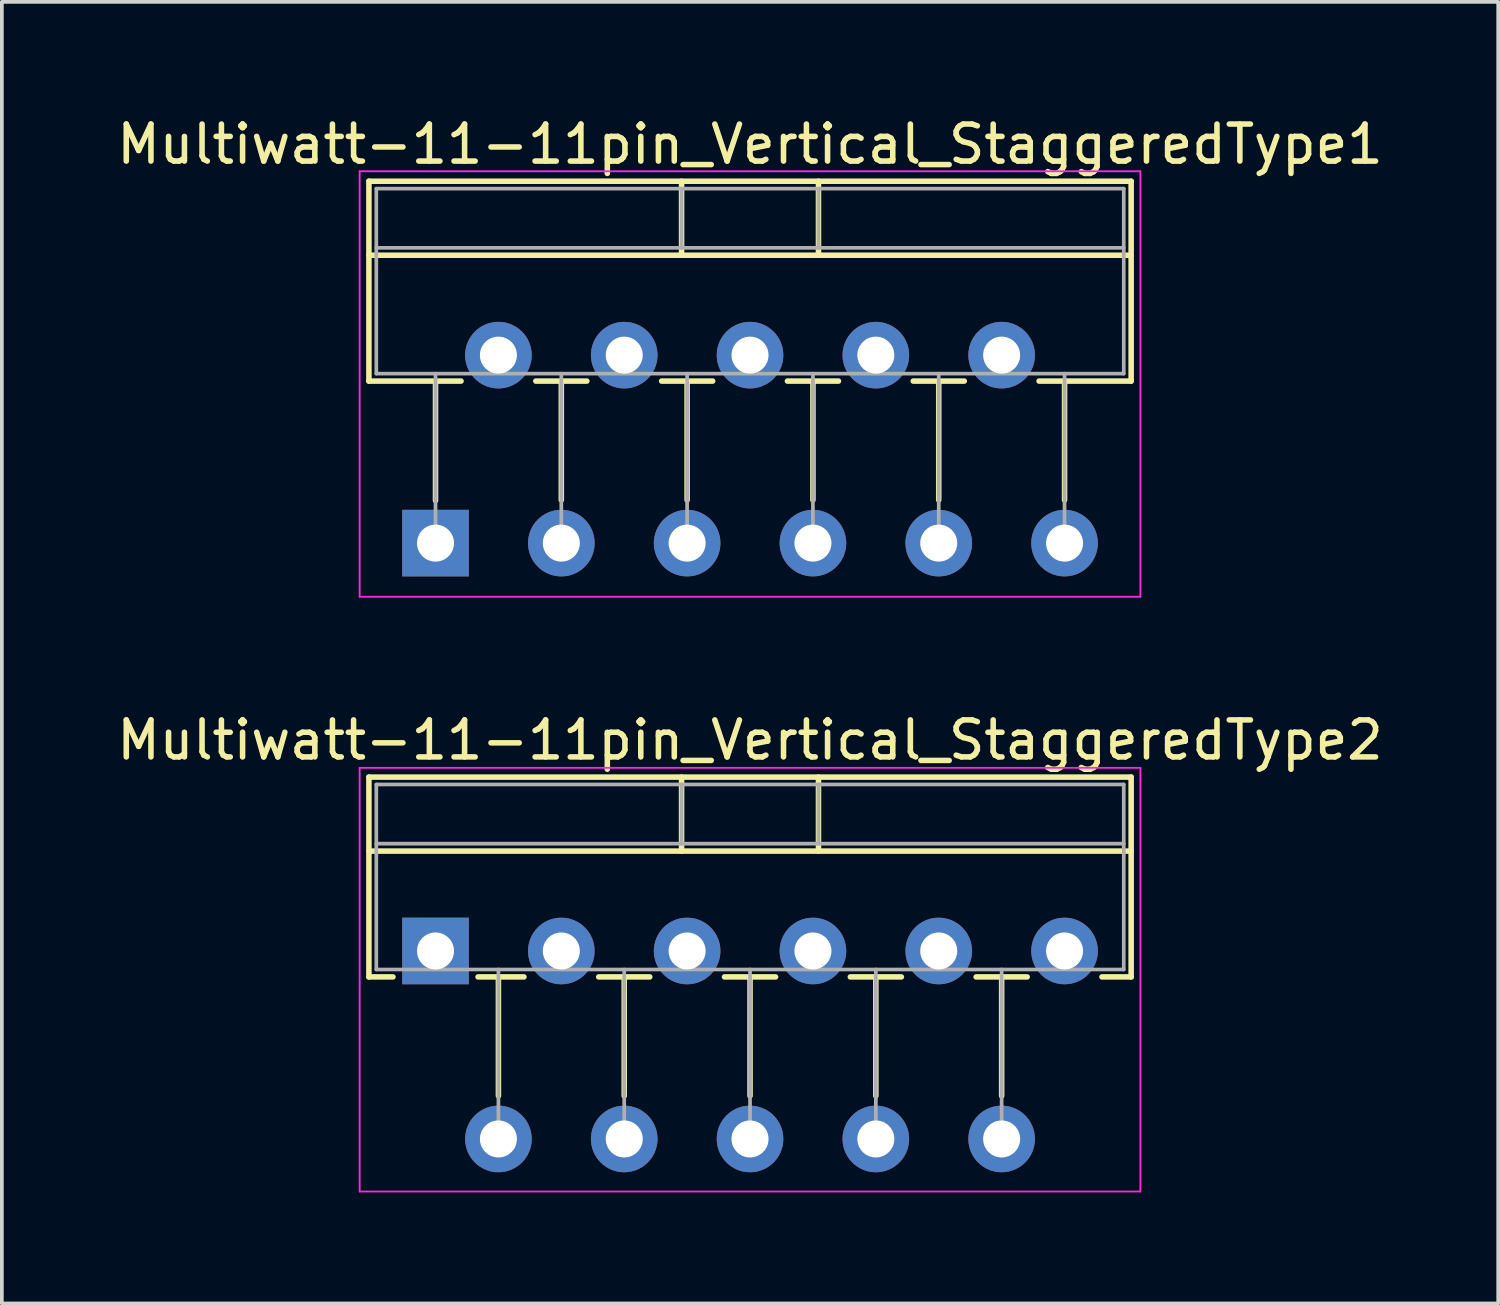
<source format=kicad_pcb>
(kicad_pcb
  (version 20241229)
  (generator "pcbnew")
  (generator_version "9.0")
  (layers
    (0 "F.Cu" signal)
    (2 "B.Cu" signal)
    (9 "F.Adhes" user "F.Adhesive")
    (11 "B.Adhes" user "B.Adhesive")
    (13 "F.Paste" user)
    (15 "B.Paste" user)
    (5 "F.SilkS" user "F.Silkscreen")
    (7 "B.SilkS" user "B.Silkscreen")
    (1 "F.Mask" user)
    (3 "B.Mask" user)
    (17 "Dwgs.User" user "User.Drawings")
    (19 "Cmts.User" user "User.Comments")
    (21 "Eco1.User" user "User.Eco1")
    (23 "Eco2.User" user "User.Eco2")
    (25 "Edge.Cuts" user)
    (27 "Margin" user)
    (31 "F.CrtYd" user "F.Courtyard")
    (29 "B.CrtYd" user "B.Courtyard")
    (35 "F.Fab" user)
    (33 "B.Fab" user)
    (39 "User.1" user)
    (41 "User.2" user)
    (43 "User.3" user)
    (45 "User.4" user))
  (footprint "Multiwatt-11-11pin_Vertical_StaggeredType2"
    (layer "F.Cu")
    (at 8.72 22.651)
    (property "Reference" "Multiwatt-11-11pin_Vertical_StaggeredType2" (at 8.5 -5.7 0) (layer "F.SilkS") (effects (font (size 1 1) (thickness 0.15))))
    (attr through_hole)
    (fp_line (start -1.8 -4.7) (end -1.8 0.701) (stroke (width 0.15) (type solid)) (layer "F.SilkS"))
    (fp_line (start -1.8 -4.7) (end 18.8 -4.7) (stroke (width 0.15) (type solid)) (layer "F.SilkS"))
    (fp_line (start -1.8 -2.7) (end 18.8 -2.7) (stroke (width 0.15) (type solid)) (layer "F.SilkS"))
    (fp_line (start -1.8 0.701) (end -1.15 0.701) (stroke (width 0.15) (type solid)) (layer "F.SilkS"))
    (fp_line (start 1.15 0.701) (end 2.39 0.701) (stroke (width 0.15) (type solid)) (layer "F.SilkS"))
    (fp_line (start 1.7 0.701) (end 1.7 3.915) (stroke (width 0.15) (type solid)) (layer "F.SilkS"))
    (fp_line (start 4.411 0.701) (end 5.79 0.701) (stroke (width 0.15) (type solid)) (layer "F.SilkS"))
    (fp_line (start 5.1 0.701) (end 5.1 3.915) (stroke (width 0.15) (type solid)) (layer "F.SilkS"))
    (fp_line (start 6.65 -4.7) (end 6.65 -2.7) (stroke (width 0.15) (type solid)) (layer "F.SilkS"))
    (fp_line (start 7.811 0.701) (end 9.19 0.701) (stroke (width 0.15) (type solid)) (layer "F.SilkS"))
    (fp_line (start 8.5 0.701) (end 8.5 3.915) (stroke (width 0.15) (type solid)) (layer "F.SilkS"))
    (fp_line (start 10.35 -4.7) (end 10.35 -2.7) (stroke (width 0.15) (type solid)) (layer "F.SilkS"))
    (fp_line (start 11.211 0.701) (end 12.59 0.701) (stroke (width 0.15) (type solid)) (layer "F.SilkS"))
    (fp_line (start 11.9 0.701) (end 11.9 3.915) (stroke (width 0.15) (type solid)) (layer "F.SilkS"))
    (fp_line (start 14.611 0.701) (end 15.99 0.701) (stroke (width 0.15) (type solid)) (layer "F.SilkS"))
    (fp_line (start 15.3 0.701) (end 15.3 3.915) (stroke (width 0.15) (type solid)) (layer "F.SilkS"))
    (fp_line (start 18.011 0.701) (end 18.8 0.701) (stroke (width 0.15) (type solid)) (layer "F.SilkS"))
    (fp_line (start 18.8 -4.7) (end 18.8 0.701) (stroke (width 0.15) (type solid)) (layer "F.SilkS"))
    (fp_line (start -2.05 -4.95) (end -2.05 6.5) (stroke (width 0.05) (type solid)) (layer "F.CrtYd"))
    (fp_line (start -2.05 6.5) (end 19.05 6.5) (stroke (width 0.05) (type solid)) (layer "F.CrtYd"))
    (fp_line (start 19.05 -4.95) (end -2.05 -4.95) (stroke (width 0.05) (type solid)) (layer "F.CrtYd"))
    (fp_line (start 19.05 6.5) (end 19.05 -4.95) (stroke (width 0.05) (type solid)) (layer "F.CrtYd"))
    (fp_line (start -1.6 -4.5) (end -1.6 0.5) (stroke (width 0.1) (type solid)) (layer "F.Fab"))
    (fp_line (start -1.6 -2.9) (end 18.6 -2.9) (stroke (width 0.1) (type solid)) (layer "F.Fab"))
    (fp_line (start -1.6 0.5) (end 18.6 0.5) (stroke (width 0.1) (type solid)) (layer "F.Fab"))
    (fp_line (start 1.7 0.5) (end 1.7 5.08) (stroke (width 0.1) (type solid)) (layer "F.Fab"))
    (fp_line (start 5.1 0.5) (end 5.1 5.08) (stroke (width 0.1) (type solid)) (layer "F.Fab"))
    (fp_line (start 6.65 -4.5) (end 6.65 -2.9) (stroke (width 0.1) (type solid)) (layer "F.Fab"))
    (fp_line (start 8.5 0.5) (end 8.5 5.08) (stroke (width 0.1) (type solid)) (layer "F.Fab"))
    (fp_line (start 10.35 -4.5) (end 10.35 -2.9) (stroke (width 0.1) (type solid)) (layer "F.Fab"))
    (fp_line (start 11.9 0.5) (end 11.9 5.08) (stroke (width 0.1) (type solid)) (layer "F.Fab"))
    (fp_line (start 15.3 0.5) (end 15.3 5.08) (stroke (width 0.1) (type solid)) (layer "F.Fab"))
    (fp_line (start 18.6 -4.5) (end -1.6 -4.5) (stroke (width 0.1) (type solid)) (layer "F.Fab"))
    (fp_line (start 18.6 0.5) (end 18.6 -4.5) (stroke (width 0.1) (type solid)) (layer "F.Fab"))
    (pad "1" thru_hole rect (at 0 0) (size 1.8 1.8) (drill 1) (layers "*.Cu" "*.Mask"))
    (pad "2" thru_hole oval (at 1.7 5.08) (size 1.8 1.8) (drill 1) (layers "*.Cu" "*.Mask"))
    (pad "3" thru_hole oval (at 3.4 0) (size 1.8 1.8) (drill 1) (layers "*.Cu" "*.Mask"))
    (pad "4" thru_hole oval (at 5.1 5.08) (size 1.8 1.8) (drill 1) (layers "*.Cu" "*.Mask"))
    (pad "5" thru_hole oval (at 6.8 0) (size 1.8 1.8) (drill 1) (layers "*.Cu" "*.Mask"))
    (pad "6" thru_hole oval (at 8.5 5.08) (size 1.8 1.8) (drill 1) (layers "*.Cu" "*.Mask"))
    (pad "7" thru_hole oval (at 10.2 0) (size 1.8 1.8) (drill 1) (layers "*.Cu" "*.Mask"))
    (pad "8" thru_hole oval (at 11.9 5.08) (size 1.8 1.8) (drill 1) (layers "*.Cu" "*.Mask"))
    (pad "9" thru_hole oval (at 13.6 0) (size 1.8 1.8) (drill 1) (layers "*.Cu" "*.Mask"))
    (pad "10" thru_hole oval (at 15.3 5.08) (size 1.8 1.8) (drill 1) (layers "*.Cu" "*.Mask"))
    (pad "11" thru_hole oval (at 17 0) (size 1.8 1.8) (drill 1) (layers "*.Cu" "*.Mask")))
  (footprint "Multiwatt-11-11pin_Vertical_StaggeredType1"
    (layer "F.Cu")
    (at 8.72 11.628)
    (property "Reference" "Multiwatt-11-11pin_Vertical_StaggeredType1" (at 8.5 -10.78 0) (layer "F.SilkS") (effects (font (size 1 1) (thickness 0.15))))
    (attr through_hole)
    (fp_line (start -1.8 -9.78) (end -1.8 -4.379) (stroke (width 0.15) (type solid)) (layer "F.SilkS"))
    (fp_line (start -1.8 -9.78) (end 18.8 -9.78) (stroke (width 0.15) (type solid)) (layer "F.SilkS"))
    (fp_line (start -1.8 -7.78) (end 18.8 -7.78) (stroke (width 0.15) (type solid)) (layer "F.SilkS"))
    (fp_line (start -1.8 -4.379) (end 0.69 -4.379) (stroke (width 0.15) (type solid)) (layer "F.SilkS"))
    (fp_line (start 0 -4.379) (end 0 -1.15) (stroke (width 0.15) (type solid)) (layer "F.SilkS"))
    (fp_line (start 2.711 -4.379) (end 4.09 -4.379) (stroke (width 0.15) (type solid)) (layer "F.SilkS"))
    (fp_line (start 3.4 -4.379) (end 3.4 -1.165) (stroke (width 0.15) (type solid)) (layer "F.SilkS"))
    (fp_line (start 6.111 -4.379) (end 7.49 -4.379) (stroke (width 0.15) (type solid)) (layer "F.SilkS"))
    (fp_line (start 6.65 -9.78) (end 6.65 -7.78) (stroke (width 0.15) (type solid)) (layer "F.SilkS"))
    (fp_line (start 6.8 -4.379) (end 6.8 -1.165) (stroke (width 0.15) (type solid)) (layer "F.SilkS"))
    (fp_line (start 9.511 -4.379) (end 10.89 -4.379) (stroke (width 0.15) (type solid)) (layer "F.SilkS"))
    (fp_line (start 10.2 -4.379) (end 10.2 -1.165) (stroke (width 0.15) (type solid)) (layer "F.SilkS"))
    (fp_line (start 10.35 -9.78) (end 10.35 -7.78) (stroke (width 0.15) (type solid)) (layer "F.SilkS"))
    (fp_line (start 12.911 -4.379) (end 14.29 -4.379) (stroke (width 0.15) (type solid)) (layer "F.SilkS"))
    (fp_line (start 13.6 -4.379) (end 13.6 -1.165) (stroke (width 0.15) (type solid)) (layer "F.SilkS"))
    (fp_line (start 16.311 -4.379) (end 18.8 -4.379) (stroke (width 0.15) (type solid)) (layer "F.SilkS"))
    (fp_line (start 17 -4.379) (end 17 -1.165) (stroke (width 0.15) (type solid)) (layer "F.SilkS"))
    (fp_line (start 18.8 -9.78) (end 18.8 -4.379) (stroke (width 0.15) (type solid)) (layer "F.SilkS"))
    (fp_line (start -2.05 -10.05) (end -2.05 1.45) (stroke (width 0.05) (type solid)) (layer "F.CrtYd"))
    (fp_line (start -2.05 1.45) (end 19.05 1.45) (stroke (width 0.05) (type solid)) (layer "F.CrtYd"))
    (fp_line (start 19.05 -10.05) (end -2.05 -10.05) (stroke (width 0.05) (type solid)) (layer "F.CrtYd"))
    (fp_line (start 19.05 1.45) (end 19.05 -10.05) (stroke (width 0.05) (type solid)) (layer "F.CrtYd"))
    (fp_line (start -1.6 -9.58) (end -1.6 -4.58) (stroke (width 0.1) (type solid)) (layer "F.Fab"))
    (fp_line (start -1.6 -7.98) (end 18.6 -7.98) (stroke (width 0.1) (type solid)) (layer "F.Fab"))
    (fp_line (start -1.6 -4.58) (end 18.6 -4.58) (stroke (width 0.1) (type solid)) (layer "F.Fab"))
    (fp_line (start 0 -4.58) (end 0 0) (stroke (width 0.1) (type solid)) (layer "F.Fab"))
    (fp_line (start 3.4 -4.58) (end 3.4 0) (stroke (width 0.1) (type solid)) (layer "F.Fab"))
    (fp_line (start 6.65 -9.58) (end 6.65 -7.98) (stroke (width 0.1) (type solid)) (layer "F.Fab"))
    (fp_line (start 6.8 -4.58) (end 6.8 0) (stroke (width 0.1) (type solid)) (layer "F.Fab"))
    (fp_line (start 10.2 -4.58) (end 10.2 0) (stroke (width 0.1) (type solid)) (layer "F.Fab"))
    (fp_line (start 10.35 -9.58) (end 10.35 -7.98) (stroke (width 0.1) (type solid)) (layer "F.Fab"))
    (fp_line (start 13.6 -4.58) (end 13.6 0) (stroke (width 0.1) (type solid)) (layer "F.Fab"))
    (fp_line (start 17 -4.58) (end 17 0) (stroke (width 0.1) (type solid)) (layer "F.Fab"))
    (fp_line (start 18.6 -9.58) (end -1.6 -9.58) (stroke (width 0.1) (type solid)) (layer "F.Fab"))
    (fp_line (start 18.6 -4.58) (end 18.6 -9.58) (stroke (width 0.1) (type solid)) (layer "F.Fab"))
    (pad "1" thru_hole rect (at 0 0) (size 1.8 1.8) (drill 1) (layers "*.Cu" "*.Mask"))
    (pad "2" thru_hole oval (at 1.7 -5.08) (size 1.8 1.8) (drill 1) (layers "*.Cu" "*.Mask"))
    (pad "3" thru_hole oval (at 3.4 0) (size 1.8 1.8) (drill 1) (layers "*.Cu" "*.Mask"))
    (pad "4" thru_hole oval (at 5.1 -5.08) (size 1.8 1.8) (drill 1) (layers "*.Cu" "*.Mask"))
    (pad "5" thru_hole oval (at 6.8 0) (size 1.8 1.8) (drill 1) (layers "*.Cu" "*.Mask"))
    (pad "6" thru_hole oval (at 8.5 -5.08) (size 1.8 1.8) (drill 1) (layers "*.Cu" "*.Mask"))
    (pad "7" thru_hole oval (at 10.2 0) (size 1.8 1.8) (drill 1) (layers "*.Cu" "*.Mask"))
    (pad "8" thru_hole oval (at 11.9 -5.08) (size 1.8 1.8) (drill 1) (layers "*.Cu" "*.Mask"))
    (pad "9" thru_hole oval (at 13.6 0) (size 1.8 1.8) (drill 1) (layers "*.Cu" "*.Mask"))
    (pad "10" thru_hole oval (at 15.3 -5.08) (size 1.8 1.8) (drill 1) (layers "*.Cu" "*.Mask"))
    (pad "11" thru_hole oval (at 17 0) (size 1.8 1.8) (drill 1) (layers "*.Cu" "*.Mask")))
  (gr_rect
    (start -3 -3)
    (end 37.44 32.176)
    (stroke (width 0.1) (type default))
    (fill no)
    (layer "Edge.Cuts")))
</source>
